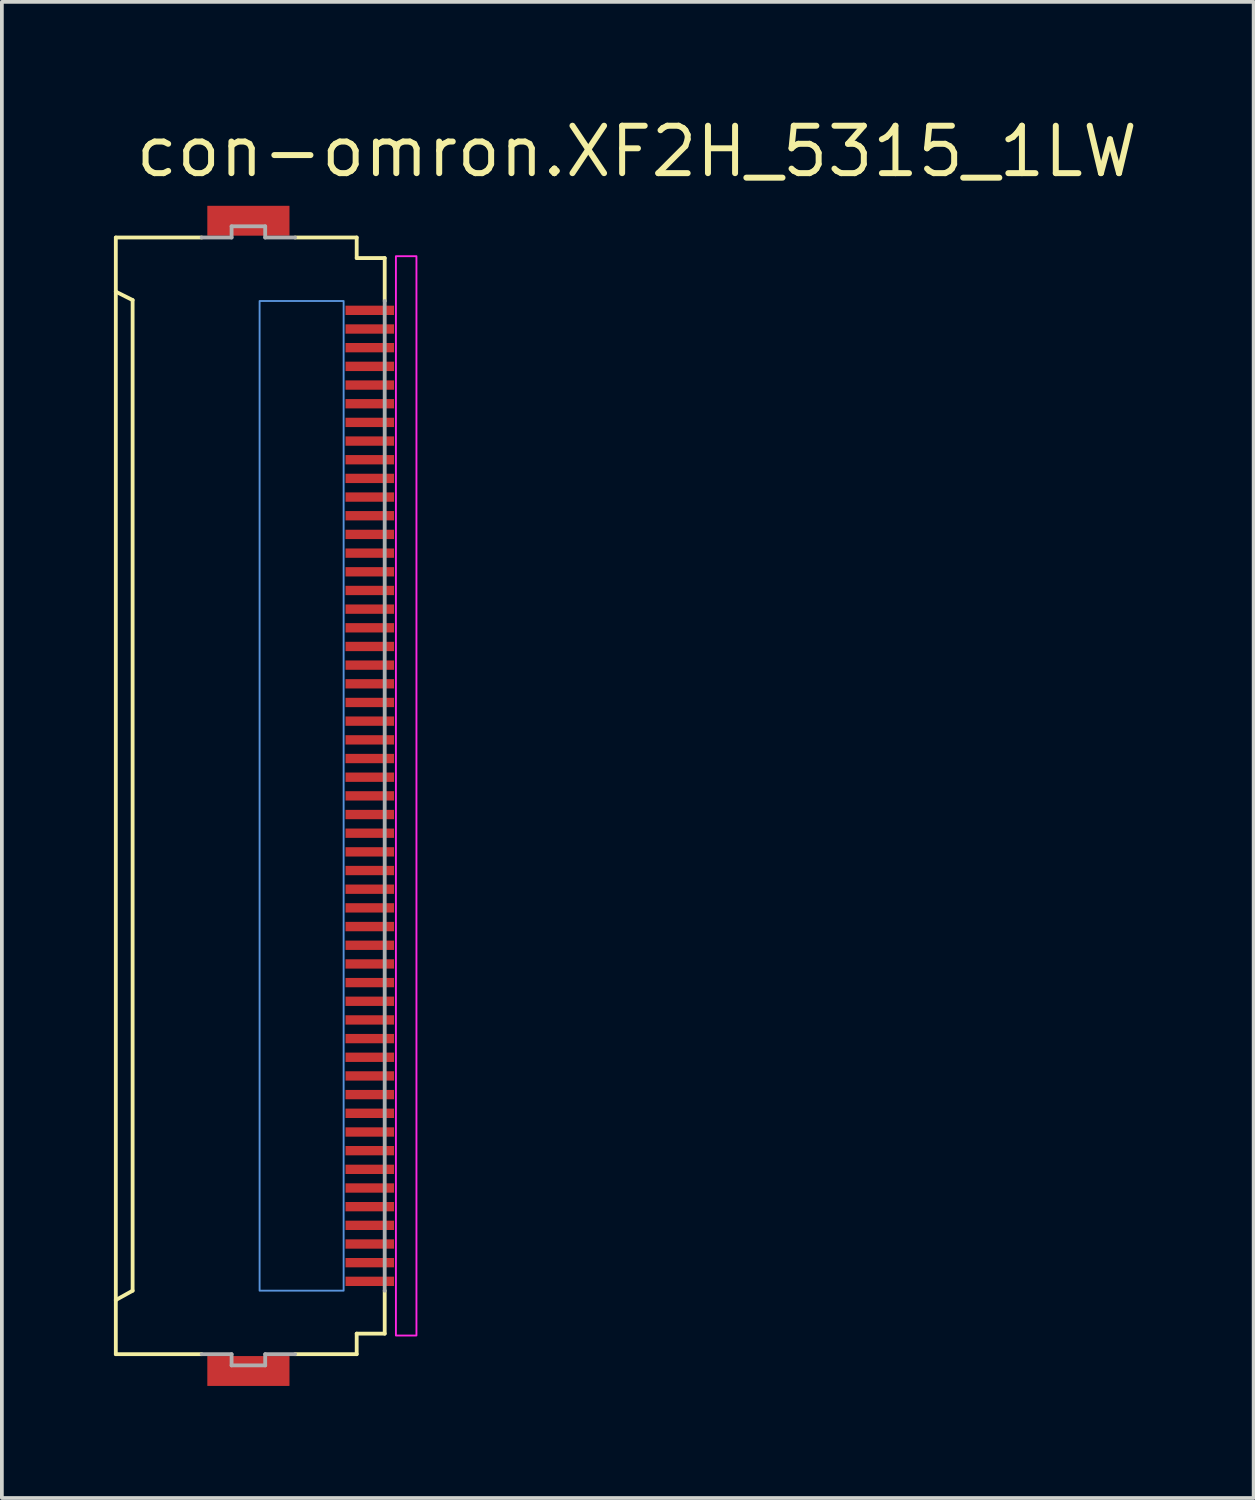
<source format=kicad_pcb>
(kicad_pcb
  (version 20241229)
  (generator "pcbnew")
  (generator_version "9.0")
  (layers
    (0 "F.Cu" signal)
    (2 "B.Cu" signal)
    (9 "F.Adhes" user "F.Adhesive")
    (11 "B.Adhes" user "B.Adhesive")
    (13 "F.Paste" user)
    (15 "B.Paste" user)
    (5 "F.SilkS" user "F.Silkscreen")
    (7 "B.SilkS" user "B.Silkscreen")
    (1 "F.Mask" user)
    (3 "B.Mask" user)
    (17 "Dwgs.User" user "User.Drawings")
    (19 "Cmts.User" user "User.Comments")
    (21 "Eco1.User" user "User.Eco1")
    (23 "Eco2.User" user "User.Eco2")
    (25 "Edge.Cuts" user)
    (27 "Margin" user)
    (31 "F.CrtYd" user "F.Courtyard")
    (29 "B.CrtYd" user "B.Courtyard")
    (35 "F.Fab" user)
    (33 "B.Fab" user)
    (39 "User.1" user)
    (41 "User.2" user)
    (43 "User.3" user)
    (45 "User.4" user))
  (footprint "con-omron.XF2H_5315_1LW"
    (layer "F.Cu")
    (at 3.676 18.26)
    (property "Reference" "con-omron.XF2H_5315_1LW" (at -3.175 -16.51 0) (layer "F.SilkS") (effects (font (size 1.27 1.27) (thickness 0.16)) (justify left bottom)))
    (attr smd)
    (fp_rect (start 2.475 -12.825) (end 3.875 -13.175) (stroke (width 0.05) (type default)) (fill yes) (layer "F.Mask"))
    (fp_rect (start 2.475 -12.325) (end 3.875 -12.675) (stroke (width 0.05) (type default)) (fill yes) (layer "F.Mask"))
    (fp_rect (start 2.475 -11.825) (end 3.875 -12.175) (stroke (width 0.05) (type default)) (fill yes) (layer "F.Mask"))
    (fp_rect (start 2.475 -11.325) (end 3.875 -11.675) (stroke (width 0.05) (type default)) (fill yes) (layer "F.Mask"))
    (fp_rect (start 2.475 -10.825) (end 3.875 -11.175) (stroke (width 0.05) (type default)) (fill yes) (layer "F.Mask"))
    (fp_rect (start 2.475 -10.325) (end 3.875 -10.675) (stroke (width 0.05) (type default)) (fill yes) (layer "F.Mask"))
    (fp_rect (start 2.475 -9.825) (end 3.875 -10.175) (stroke (width 0.05) (type default)) (fill yes) (layer "F.Mask"))
    (fp_rect (start 2.475 -9.325) (end 3.875 -9.675) (stroke (width 0.05) (type default)) (fill yes) (layer "F.Mask"))
    (fp_rect (start 2.475 -8.825) (end 3.875 -9.175) (stroke (width 0.05) (type default)) (fill yes) (layer "F.Mask"))
    (fp_rect (start 2.475 -8.325) (end 3.875 -8.675) (stroke (width 0.05) (type default)) (fill yes) (layer "F.Mask"))
    (fp_rect (start 2.475 -7.825) (end 3.875 -8.175) (stroke (width 0.05) (type default)) (fill yes) (layer "F.Mask"))
    (fp_rect (start 2.475 -7.325) (end 3.875 -7.675) (stroke (width 0.05) (type default)) (fill yes) (layer "F.Mask"))
    (fp_rect (start 2.475 -6.825) (end 3.875 -7.175) (stroke (width 0.05) (type default)) (fill yes) (layer "F.Mask"))
    (fp_rect (start 2.475 -6.325) (end 3.875 -6.675) (stroke (width 0.05) (type default)) (fill yes) (layer "F.Mask"))
    (fp_rect (start 2.475 -5.825) (end 3.875 -6.175) (stroke (width 0.05) (type default)) (fill yes) (layer "F.Mask"))
    (fp_rect (start 2.475 -5.325) (end 3.875 -5.675) (stroke (width 0.05) (type default)) (fill yes) (layer "F.Mask"))
    (fp_rect (start 2.475 -4.825) (end 3.875 -5.175) (stroke (width 0.05) (type default)) (fill yes) (layer "F.Mask"))
    (fp_rect (start 2.475 -4.325) (end 3.875 -4.675) (stroke (width 0.05) (type default)) (fill yes) (layer "F.Mask"))
    (fp_rect (start 2.475 -3.825) (end 3.875 -4.175) (stroke (width 0.05) (type default)) (fill yes) (layer "F.Mask"))
    (fp_rect (start 2.475 -3.325) (end 3.875 -3.675) (stroke (width 0.05) (type default)) (fill yes) (layer "F.Mask"))
    (fp_rect (start 2.475 -2.825) (end 3.875 -3.175) (stroke (width 0.05) (type default)) (fill yes) (layer "F.Mask"))
    (fp_rect (start 2.475 -2.325) (end 3.875 -2.675) (stroke (width 0.05) (type default)) (fill yes) (layer "F.Mask"))
    (fp_rect (start 2.475 -1.825) (end 3.875 -2.175) (stroke (width 0.05) (type default)) (fill yes) (layer "F.Mask"))
    (fp_rect (start 2.475 -1.325) (end 3.875 -1.675) (stroke (width 0.05) (type default)) (fill yes) (layer "F.Mask"))
    (fp_rect (start 2.475 -0.825) (end 3.875 -1.175) (stroke (width 0.05) (type default)) (fill yes) (layer "F.Mask"))
    (fp_rect (start 2.475 -0.325) (end 3.875 -0.675) (stroke (width 0.05) (type default)) (fill yes) (layer "F.Mask"))
    (fp_rect (start 2.475 0.175) (end 3.875 -0.175) (stroke (width 0.05) (type default)) (fill yes) (layer "F.Mask"))
    (fp_rect (start 2.475 0.675) (end 3.875 0.325) (stroke (width 0.05) (type default)) (fill yes) (layer "F.Mask"))
    (fp_rect (start 2.475 1.175) (end 3.875 0.825) (stroke (width 0.05) (type default)) (fill yes) (layer "F.Mask"))
    (fp_rect (start 2.475 1.675) (end 3.875 1.325) (stroke (width 0.05) (type default)) (fill yes) (layer "F.Mask"))
    (fp_rect (start 2.475 2.175) (end 3.875 1.825) (stroke (width 0.05) (type default)) (fill yes) (layer "F.Mask"))
    (fp_rect (start 2.475 2.675) (end 3.875 2.325) (stroke (width 0.05) (type default)) (fill yes) (layer "F.Mask"))
    (fp_rect (start 2.475 3.175) (end 3.875 2.825) (stroke (width 0.05) (type default)) (fill yes) (layer "F.Mask"))
    (fp_rect (start 2.475 3.675) (end 3.875 3.325) (stroke (width 0.05) (type default)) (fill yes) (layer "F.Mask"))
    (fp_rect (start 2.475 4.175) (end 3.875 3.825) (stroke (width 0.05) (type default)) (fill yes) (layer "F.Mask"))
    (fp_rect (start 2.475 4.675) (end 3.875 4.325) (stroke (width 0.05) (type default)) (fill yes) (layer "F.Mask"))
    (fp_rect (start 2.475 5.175) (end 3.875 4.825) (stroke (width 0.05) (type default)) (fill yes) (layer "F.Mask"))
    (fp_rect (start 2.475 5.675) (end 3.875 5.325) (stroke (width 0.05) (type default)) (fill yes) (layer "F.Mask"))
    (fp_rect (start 2.475 6.175) (end 3.875 5.825) (stroke (width 0.05) (type default)) (fill yes) (layer "F.Mask"))
    (fp_rect (start 2.475 6.675) (end 3.875 6.325) (stroke (width 0.05) (type default)) (fill yes) (layer "F.Mask"))
    (fp_rect (start 2.475 7.175) (end 3.875 6.825) (stroke (width 0.05) (type default)) (fill yes) (layer "F.Mask"))
    (fp_rect (start 2.475 7.675) (end 3.875 7.325) (stroke (width 0.05) (type default)) (fill yes) (layer "F.Mask"))
    (fp_rect (start 2.475 8.175) (end 3.875 7.825) (stroke (width 0.05) (type default)) (fill yes) (layer "F.Mask"))
    (fp_rect (start 2.475 8.675) (end 3.875 8.325) (stroke (width 0.05) (type default)) (fill yes) (layer "F.Mask"))
    (fp_rect (start 2.475 9.175) (end 3.875 8.825) (stroke (width 0.05) (type default)) (fill yes) (layer "F.Mask"))
    (fp_rect (start 2.475 9.675) (end 3.875 9.325) (stroke (width 0.05) (type default)) (fill yes) (layer "F.Mask"))
    (fp_rect (start 2.475 10.175) (end 3.875 9.825) (stroke (width 0.05) (type default)) (fill yes) (layer "F.Mask"))
    (fp_rect (start 2.475 10.675) (end 3.875 10.325) (stroke (width 0.05) (type default)) (fill yes) (layer "F.Mask"))
    (fp_rect (start 2.475 11.175) (end 3.875 10.825) (stroke (width 0.05) (type default)) (fill yes) (layer "F.Mask"))
    (fp_rect (start 2.475 11.675) (end 3.875 11.325) (stroke (width 0.05) (type default)) (fill yes) (layer "F.Mask"))
    (fp_rect (start 2.475 12.175) (end 3.875 11.825) (stroke (width 0.05) (type default)) (fill yes) (layer "F.Mask"))
    (fp_rect (start 2.475 12.675) (end 3.875 12.325) (stroke (width 0.05) (type default)) (fill yes) (layer "F.Mask"))
    (fp_rect (start 2.475 13.175) (end 3.875 12.825) (stroke (width 0.05) (type default)) (fill yes) (layer "F.Mask"))
    (fp_line (start -3.625 -14.95) (end -1.325 -14.95) (stroke (width 0.102) (type default)) (layer "F.SilkS"))
    (fp_line (start -3.625 -13.5) (end -3.625 -14.95) (stroke (width 0.102) (type default)) (layer "F.SilkS"))
    (fp_line (start -3.625 -13.5) (end -3.625 13.5) (stroke (width 0.102) (type default)) (layer "F.SilkS"))
    (fp_line (start -3.625 13.5) (end -3.175 13.25) (stroke (width 0.102) (type default)) (layer "F.SilkS"))
    (fp_line (start -3.625 14.95) (end -3.625 13.5) (stroke (width 0.102) (type default)) (layer "F.SilkS"))
    (fp_line (start -3.175 -13.275) (end -3.625 -13.5) (stroke (width 0.102) (type default)) (layer "F.SilkS"))
    (fp_line (start -3.175 13.25) (end -3.175 -13.275) (stroke (width 0.102) (type default)) (layer "F.SilkS"))
    (fp_line (start -1.325 14.95) (end -3.625 14.95) (stroke (width 0.102) (type default)) (layer "F.SilkS"))
    (fp_line (start 1.175 -14.95) (end 2.825 -14.95) (stroke (width 0.102) (type default)) (layer "F.SilkS"))
    (fp_line (start 1.175 14.95) (end 2.825 14.95) (stroke (width 0.102) (type default)) (layer "F.SilkS"))
    (fp_line (start 2.825 -14.95) (end 2.825 -14.4) (stroke (width 0.102) (type default)) (layer "F.SilkS"))
    (fp_line (start 2.825 -14.4) (end 3.575 -14.4) (stroke (width 0.102) (type default)) (layer "F.SilkS"))
    (fp_line (start 2.825 14.4) (end 2.825 14.95) (stroke (width 0.102) (type default)) (layer "F.SilkS"))
    (fp_line (start 2.825 14.4) (end 3.575 14.4) (stroke (width 0.102) (type default)) (layer "F.SilkS"))
    (fp_line (start 3.575 -14.4) (end 3.575 -13.25) (stroke (width 0.102) (type default)) (layer "F.SilkS"))
    (fp_line (start 3.575 13.25) (end 3.575 14.4) (stroke (width 0.102) (type default)) (layer "F.SilkS"))
    (fp_rect (start 0.225 13.25) (end 2.475 -13.25) (stroke (width 0.05) (type default)) (fill no) (layer "Cmts.User"))
    (fp_rect (start 3.875 14.45) (end 4.425 -14.45) (stroke (width 0.05) (type default)) (fill no) (layer "F.CrtYd"))
    (fp_line (start -1.325 -14.95) (end -0.525 -14.95) (stroke (width 0.102) (type default)) (layer "F.Fab"))
    (fp_line (start -0.525 -15.25) (end 0.375 -15.25) (stroke (width 0.102) (type default)) (layer "F.Fab"))
    (fp_line (start -0.525 -14.95) (end -0.525 -15.25) (stroke (width 0.102) (type default)) (layer "F.Fab"))
    (fp_line (start -0.525 14.95) (end -1.325 14.95) (stroke (width 0.102) (type default)) (layer "F.Fab"))
    (fp_line (start -0.525 15.25) (end -0.525 14.95) (stroke (width 0.102) (type default)) (layer "F.Fab"))
    (fp_line (start 0.375 -15.25) (end 0.375 -14.95) (stroke (width 0.102) (type default)) (layer "F.Fab"))
    (fp_line (start 0.375 -14.95) (end 1.175 -14.95) (stroke (width 0.102) (type default)) (layer "F.Fab"))
    (fp_line (start 0.375 14.95) (end 0.375 15.25) (stroke (width 0.102) (type default)) (layer "F.Fab"))
    (fp_line (start 0.375 15.25) (end -0.525 15.25) (stroke (width 0.102) (type default)) (layer "F.Fab"))
    (fp_line (start 1.175 14.95) (end 0.375 14.95) (stroke (width 0.102) (type default)) (layer "F.Fab"))
    (fp_line (start 3.575 -13.25) (end 3.575 13.25) (stroke (width 0.102) (type default)) (layer "F.Fab"))
    (pad "1" smd roundrect (at 3.175 -13) (size 1.3 0.25) (layers "F.Cu" "F.Mask" "F.Paste") (roundrect_rratio 0.01))
    (pad "2" smd roundrect (at 3.175 -12.5) (size 1.3 0.25) (layers "F.Cu" "F.Mask" "F.Paste") (roundrect_rratio 0.01))
    (pad "3" smd roundrect (at 3.175 -12) (size 1.3 0.25) (layers "F.Cu" "F.Mask" "F.Paste") (roundrect_rratio 0.01))
    (pad "4" smd roundrect (at 3.175 -11.5) (size 1.3 0.25) (layers "F.Cu" "F.Mask" "F.Paste") (roundrect_rratio 0.01))
    (pad "5" smd roundrect (at 3.175 -11) (size 1.3 0.25) (layers "F.Cu" "F.Mask" "F.Paste") (roundrect_rratio 0.01))
    (pad "6" smd roundrect (at 3.175 -10.5) (size 1.3 0.25) (layers "F.Cu" "F.Mask" "F.Paste") (roundrect_rratio 0.01))
    (pad "7" smd roundrect (at 3.175 -10) (size 1.3 0.25) (layers "F.Cu" "F.Mask" "F.Paste") (roundrect_rratio 0.01))
    (pad "8" smd roundrect (at 3.175 -9.5) (size 1.3 0.25) (layers "F.Cu" "F.Mask" "F.Paste") (roundrect_rratio 0.01))
    (pad "9" smd roundrect (at 3.175 -9) (size 1.3 0.25) (layers "F.Cu" "F.Mask" "F.Paste") (roundrect_rratio 0.01))
    (pad "10" smd roundrect (at 3.175 -8.5) (size 1.3 0.25) (layers "F.Cu" "F.Mask" "F.Paste") (roundrect_rratio 0.01))
    (pad "11" smd roundrect (at 3.175 -8) (size 1.3 0.25) (layers "F.Cu" "F.Mask" "F.Paste") (roundrect_rratio 0.01))
    (pad "12" smd roundrect (at 3.175 -7.5) (size 1.3 0.25) (layers "F.Cu" "F.Mask" "F.Paste") (roundrect_rratio 0.01))
    (pad "13" smd roundrect (at 3.175 -7) (size 1.3 0.25) (layers "F.Cu" "F.Mask" "F.Paste") (roundrect_rratio 0.01))
    (pad "14" smd roundrect (at 3.175 -6.5) (size 1.3 0.25) (layers "F.Cu" "F.Mask" "F.Paste") (roundrect_rratio 0.01))
    (pad "15" smd roundrect (at 3.175 -6) (size 1.3 0.25) (layers "F.Cu" "F.Mask" "F.Paste") (roundrect_rratio 0.01))
    (pad "16" smd roundrect (at 3.175 -5.5) (size 1.3 0.25) (layers "F.Cu" "F.Mask" "F.Paste") (roundrect_rratio 0.01))
    (pad "17" smd roundrect (at 3.175 -5) (size 1.3 0.25) (layers "F.Cu" "F.Mask" "F.Paste") (roundrect_rratio 0.01))
    (pad "18" smd roundrect (at 3.175 -4.5) (size 1.3 0.25) (layers "F.Cu" "F.Mask" "F.Paste") (roundrect_rratio 0.01))
    (pad "19" smd roundrect (at 3.175 -4) (size 1.3 0.25) (layers "F.Cu" "F.Mask" "F.Paste") (roundrect_rratio 0.01))
    (pad "20" smd roundrect (at 3.175 -3.5) (size 1.3 0.25) (layers "F.Cu" "F.Mask" "F.Paste") (roundrect_rratio 0.01))
    (pad "21" smd roundrect (at 3.175 -3) (size 1.3 0.25) (layers "F.Cu" "F.Mask" "F.Paste") (roundrect_rratio 0.01))
    (pad "22" smd roundrect (at 3.175 -2.5) (size 1.3 0.25) (layers "F.Cu" "F.Mask" "F.Paste") (roundrect_rratio 0.01))
    (pad "23" smd roundrect (at 3.175 -2) (size 1.3 0.25) (layers "F.Cu" "F.Mask" "F.Paste") (roundrect_rratio 0.01))
    (pad "24" smd roundrect (at 3.175 -1.5) (size 1.3 0.25) (layers "F.Cu" "F.Mask" "F.Paste") (roundrect_rratio 0.01))
    (pad "25" smd roundrect (at 3.175 -1) (size 1.3 0.25) (layers "F.Cu" "F.Mask" "F.Paste") (roundrect_rratio 0.01))
    (pad "26" smd roundrect (at 3.175 -0.5) (size 1.3 0.25) (layers "F.Cu" "F.Mask" "F.Paste") (roundrect_rratio 0.01))
    (pad "27" smd roundrect (at 3.175 0) (size 1.3 0.25) (layers "F.Cu" "F.Mask" "F.Paste") (roundrect_rratio 0.01))
    (pad "28" smd roundrect (at 3.175 0.5) (size 1.3 0.25) (layers "F.Cu" "F.Mask" "F.Paste") (roundrect_rratio 0.01))
    (pad "29" smd roundrect (at 3.175 1) (size 1.3 0.25) (layers "F.Cu" "F.Mask" "F.Paste") (roundrect_rratio 0.01))
    (pad "30" smd roundrect (at 3.175 1.5) (size 1.3 0.25) (layers "F.Cu" "F.Mask" "F.Paste") (roundrect_rratio 0.01))
    (pad "31" smd roundrect (at 3.175 2) (size 1.3 0.25) (layers "F.Cu" "F.Mask" "F.Paste") (roundrect_rratio 0.01))
    (pad "32" smd roundrect (at 3.175 2.5) (size 1.3 0.25) (layers "F.Cu" "F.Mask" "F.Paste") (roundrect_rratio 0.01))
    (pad "33" smd roundrect (at 3.175 3) (size 1.3 0.25) (layers "F.Cu" "F.Mask" "F.Paste") (roundrect_rratio 0.01))
    (pad "34" smd roundrect (at 3.175 3.5) (size 1.3 0.25) (layers "F.Cu" "F.Mask" "F.Paste") (roundrect_rratio 0.01))
    (pad "35" smd roundrect (at 3.175 4) (size 1.3 0.25) (layers "F.Cu" "F.Mask" "F.Paste") (roundrect_rratio 0.01))
    (pad "36" smd roundrect (at 3.175 4.5) (size 1.3 0.25) (layers "F.Cu" "F.Mask" "F.Paste") (roundrect_rratio 0.01))
    (pad "37" smd roundrect (at 3.175 5) (size 1.3 0.25) (layers "F.Cu" "F.Mask" "F.Paste") (roundrect_rratio 0.01))
    (pad "38" smd roundrect (at 3.175 5.5) (size 1.3 0.25) (layers "F.Cu" "F.Mask" "F.Paste") (roundrect_rratio 0.01))
    (pad "39" smd roundrect (at 3.175 6) (size 1.3 0.25) (layers "F.Cu" "F.Mask" "F.Paste") (roundrect_rratio 0.01))
    (pad "40" smd roundrect (at 3.175 6.5) (size 1.3 0.25) (layers "F.Cu" "F.Mask" "F.Paste") (roundrect_rratio 0.01))
    (pad "41" smd roundrect (at 3.175 7) (size 1.3 0.25) (layers "F.Cu" "F.Mask" "F.Paste") (roundrect_rratio 0.01))
    (pad "42" smd roundrect (at 3.175 7.5) (size 1.3 0.25) (layers "F.Cu" "F.Mask" "F.Paste") (roundrect_rratio 0.01))
    (pad "43" smd roundrect (at 3.175 8) (size 1.3 0.25) (layers "F.Cu" "F.Mask" "F.Paste") (roundrect_rratio 0.01))
    (pad "44" smd roundrect (at 3.175 8.5) (size 1.3 0.25) (layers "F.Cu" "F.Mask" "F.Paste") (roundrect_rratio 0.01))
    (pad "45" smd roundrect (at 3.175 9) (size 1.3 0.25) (layers "F.Cu" "F.Mask" "F.Paste") (roundrect_rratio 0.01))
    (pad "46" smd roundrect (at 3.175 9.5) (size 1.3 0.25) (layers "F.Cu" "F.Mask" "F.Paste") (roundrect_rratio 0.01))
    (pad "47" smd roundrect (at 3.175 10) (size 1.3 0.25) (layers "F.Cu" "F.Mask" "F.Paste") (roundrect_rratio 0.01))
    (pad "48" smd roundrect (at 3.175 10.5) (size 1.3 0.25) (layers "F.Cu" "F.Mask" "F.Paste") (roundrect_rratio 0.01))
    (pad "49" smd roundrect (at 3.175 11) (size 1.3 0.25) (layers "F.Cu" "F.Mask" "F.Paste") (roundrect_rratio 0.01))
    (pad "50" smd roundrect (at 3.175 11.5) (size 1.3 0.25) (layers "F.Cu" "F.Mask" "F.Paste") (roundrect_rratio 0.01))
    (pad "51" smd roundrect (at 3.175 12) (size 1.3 0.25) (layers "F.Cu" "F.Mask" "F.Paste") (roundrect_rratio 0.01))
    (pad "52" smd roundrect (at 3.175 12.5) (size 1.3 0.25) (layers "F.Cu" "F.Mask" "F.Paste") (roundrect_rratio 0.01))
    (pad "53" smd roundrect (at 3.175 13) (size 1.3 0.25) (layers "F.Cu" "F.Mask" "F.Paste") (roundrect_rratio 0.01))
    (pad "M1" smd roundrect (at -0.075 -15.4) (size 2.2 0.8) (layers "F.Cu" "F.Mask" "F.Paste") (roundrect_rratio 0.01))
    (pad "M2" smd roundrect (at -0.075 15.4) (size 2.2 0.8) (layers "F.Cu" "F.Mask" "F.Paste") (roundrect_rratio 0.01)))
  (gr_rect
    (start -3 -3)
    (end 30.518 37.06)
    (stroke (width 0.1) (type default))
    (fill no)
    (layer "Edge.Cuts")))
</source>
